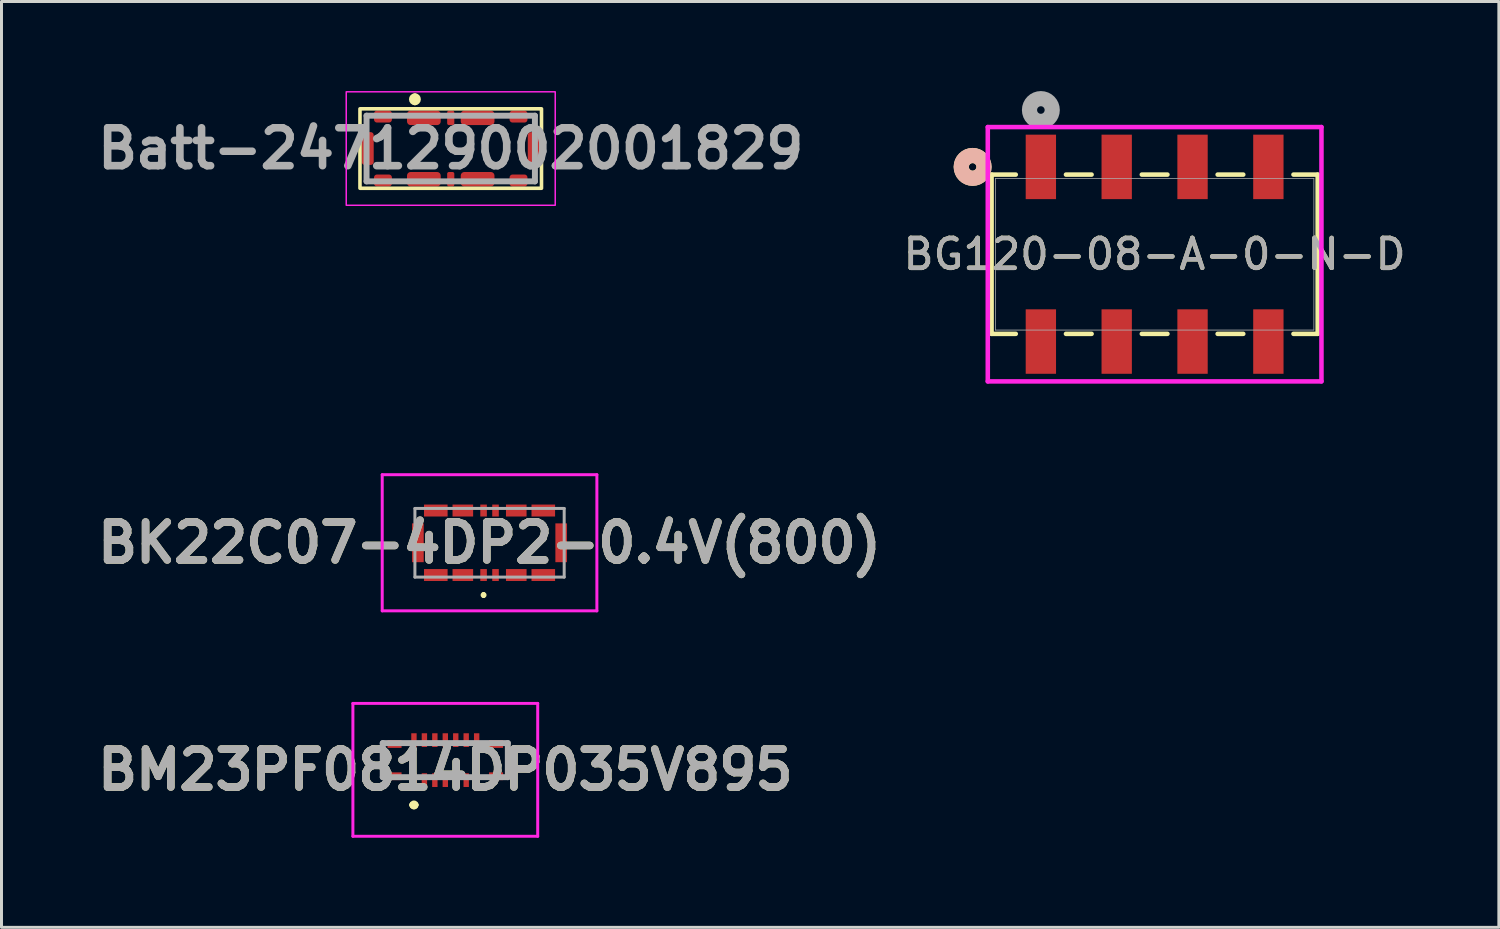
<source format=kicad_pcb>
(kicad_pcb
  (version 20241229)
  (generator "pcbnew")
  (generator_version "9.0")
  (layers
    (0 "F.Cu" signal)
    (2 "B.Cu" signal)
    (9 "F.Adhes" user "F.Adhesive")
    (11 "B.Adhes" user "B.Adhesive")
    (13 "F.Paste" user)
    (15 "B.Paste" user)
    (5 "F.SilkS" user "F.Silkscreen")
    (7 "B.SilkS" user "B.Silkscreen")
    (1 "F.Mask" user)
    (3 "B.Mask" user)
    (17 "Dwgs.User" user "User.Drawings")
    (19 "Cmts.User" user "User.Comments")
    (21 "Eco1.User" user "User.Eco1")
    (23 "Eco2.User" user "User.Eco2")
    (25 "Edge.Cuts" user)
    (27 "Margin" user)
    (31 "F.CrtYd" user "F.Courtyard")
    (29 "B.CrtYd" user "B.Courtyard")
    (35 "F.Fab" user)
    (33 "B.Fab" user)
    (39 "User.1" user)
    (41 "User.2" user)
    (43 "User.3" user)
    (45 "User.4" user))
  (footprint "BK22C07-4DP2-0.4V(800)"
    (layer "F.Cu")
    (at 13.347 15.13)
    (property "Reference" "BK22C07-4DP2-0.4V(800)" (at 0 0 0) (layer "F.SilkS") (effects (font (size 1.27 1.27) (thickness 0.254))))
    (attr smd)
    (fp_line (start -0.2 1.7) (end -0.2 1.7) (stroke (width 0.1) (type solid)) (layer "F.SilkS"))
    (fp_line (start -0.2 1.8) (end -0.2 1.8) (stroke (width 0.1) (type solid)) (layer "F.SilkS"))
    (fp_arc (start -0.2 1.7) (mid -0.15 1.75) (end -0.2 1.8) (stroke (width 0.1) (type solid)) (layer "F.SilkS"))
    (fp_arc (start -0.2 1.8) (mid -0.25 1.75) (end -0.2 1.7) (stroke (width 0.1) (type solid)) (layer "F.SilkS"))
    (fp_line (start -3.595 -2.28) (end 3.595 -2.28) (stroke (width 0.1) (type solid)) (layer "F.CrtYd"))
    (fp_line (start -3.595 2.28) (end -3.595 -2.28) (stroke (width 0.1) (type solid)) (layer "F.CrtYd"))
    (fp_line (start 3.595 -2.28) (end 3.595 2.28) (stroke (width 0.1) (type solid)) (layer "F.CrtYd"))
    (fp_line (start 3.595 2.28) (end -3.595 2.28) (stroke (width 0.1) (type solid)) (layer "F.CrtYd"))
    (fp_line (start -2.5 -1.15) (end 2.5 -1.15) (stroke (width 0.1) (type solid)) (layer "F.Fab"))
    (fp_line (start -2.5 1.15) (end -2.5 -1.15) (stroke (width 0.1) (type solid)) (layer "F.Fab"))
    (fp_line (start 2.5 -1.15) (end 2.5 1.15) (stroke (width 0.1) (type solid)) (layer "F.Fab"))
    (fp_line (start 2.5 1.15) (end -2.5 1.15) (stroke (width 0.1) (type solid)) (layer "F.Fab"))
    (fp_text user "${REFERENCE}" (at 0 0 0) (layer "F.Fab") (effects (font (size 1.27 1.27) (thickness 0.254))))
    (pad "1" smd rect (at -0.2 1.08) (size 0.22 0.4) (layers "F.Cu" "F.Mask" "F.Paste"))
    (pad "2" smd rect (at -0.2 -1.08) (size 0.22 0.4) (layers "F.Cu" "F.Mask" "F.Paste"))
    (pad "3" smd rect (at 0.2 1.08) (size 0.22 0.4) (layers "F.Cu" "F.Mask" "F.Paste"))
    (pad "4" smd rect (at 0.2 -1.08) (size 0.22 0.4) (layers "F.Cu" "F.Mask" "F.Paste"))
    (pad "MP1" smd rect (at -2.4 0) (size 0.39 1.3) (layers "F.Cu" "F.Mask" "F.Paste"))
    (pad "MP2" smd rect (at 2.4 0) (size 0.39 1.3) (layers "F.Cu" "F.Mask" "F.Paste"))
    (pad "P1" smd rect (at -1.8 1.08 90) (size 0.4 0.79) (layers "F.Cu" "F.Mask" "F.Paste"))
    (pad "P2" smd rect (at -1.8 -1.08 90) (size 0.4 0.79) (layers "F.Cu" "F.Mask" "F.Paste"))
    (pad "P3" smd rect (at -0.895 1.08 90) (size 0.4 0.69) (layers "F.Cu" "F.Mask" "F.Paste"))
    (pad "P4" smd rect (at -0.895 -1.08 90) (size 0.4 0.69) (layers "F.Cu" "F.Mask" "F.Paste"))
    (pad "P5" smd rect (at 0.895 1.08 90) (size 0.4 0.69) (layers "F.Cu" "F.Mask" "F.Paste"))
    (pad "P6" smd rect (at 0.895 -1.08 90) (size 0.4 0.69) (layers "F.Cu" "F.Mask" "F.Paste"))
    (pad "P7" smd rect (at 1.8 1.08 90) (size 0.4 0.79) (layers "F.Cu" "F.Mask" "F.Paste"))
    (pad "P8" smd rect (at 1.8 -1.08 90) (size 0.4 0.79) (layers "F.Cu" "F.Mask" "F.Paste")))
  (footprint "BG120-08-A-0-N-D"
    (layer "F.Cu")
    (at 35.623 5.465)
    (property "Reference" "BG120-08-A-0-N-D" (at 0 0 0) (unlocked yes) (layer "F.SilkS") (effects (font (size 1 1) (thickness 0.15))))
    (attr smd)
    (fp_line (start -5.461 -2.667) (end -5.461 2.667) (stroke (width 0.152) (type solid)) (layer "F.SilkS"))
    (fp_line (start -5.461 2.667) (end -4.651 2.667) (stroke (width 0.152) (type solid)) (layer "F.SilkS"))
    (fp_line (start -4.651 -2.667) (end -5.461 -2.667) (stroke (width 0.152) (type solid)) (layer "F.SilkS"))
    (fp_line (start -2.969 2.667) (end -2.111 2.667) (stroke (width 0.152) (type solid)) (layer "F.SilkS"))
    (fp_line (start -2.111 -2.667) (end -2.969 -2.667) (stroke (width 0.152) (type solid)) (layer "F.SilkS"))
    (fp_line (start -0.429 2.667) (end 0.429 2.667) (stroke (width 0.152) (type solid)) (layer "F.SilkS"))
    (fp_line (start 0.429 -2.667) (end -0.429 -2.667) (stroke (width 0.152) (type solid)) (layer "F.SilkS"))
    (fp_line (start 2.111 2.667) (end 2.969 2.667) (stroke (width 0.152) (type solid)) (layer "F.SilkS"))
    (fp_line (start 2.969 -2.667) (end 2.111 -2.667) (stroke (width 0.152) (type solid)) (layer "F.SilkS"))
    (fp_line (start 4.651 2.667) (end 5.461 2.667) (stroke (width 0.152) (type solid)) (layer "F.SilkS"))
    (fp_line (start 5.461 -2.667) (end 4.651 -2.667) (stroke (width 0.152) (type solid)) (layer "F.SilkS"))
    (fp_line (start 5.461 2.667) (end 5.461 -2.667) (stroke (width 0.152) (type solid)) (layer "F.SilkS"))
    (fp_circle (center -6.096 -2.925) (end -5.715 -2.925) (stroke (width 0.508) (type solid)) (fill no) (layer "F.SilkS"))
    (fp_circle (center -6.096 -2.925) (end -5.715 -2.925) (stroke (width 0.508) (type solid)) (fill no) (layer "B.SilkS"))
    (fp_line (start -5.588 -4.259) (end -5.588 4.259) (stroke (width 0.152) (type solid)) (layer "F.CrtYd"))
    (fp_line (start -5.588 4.259) (end 5.588 4.259) (stroke (width 0.152) (type solid)) (layer "F.CrtYd"))
    (fp_line (start 5.588 -4.259) (end -5.588 -4.259) (stroke (width 0.152) (type solid)) (layer "F.CrtYd"))
    (fp_line (start 5.588 4.259) (end 5.588 -4.259) (stroke (width 0.152) (type solid)) (layer "F.CrtYd"))
    (fp_line (start -5.334 -2.54) (end -5.334 2.54) (stroke (width 0.025) (type solid)) (layer "F.Fab"))
    (fp_line (start -5.334 2.54) (end 5.334 2.54) (stroke (width 0.025) (type solid)) (layer "F.Fab"))
    (fp_line (start 5.334 -2.54) (end -5.334 -2.54) (stroke (width 0.025) (type solid)) (layer "F.Fab"))
    (fp_line (start 5.334 2.54) (end 5.334 -2.54) (stroke (width 0.025) (type solid)) (layer "F.Fab"))
    (fp_circle (center -3.81 -4.83) (end -3.429 -4.83) (stroke (width 0.508) (type solid)) (fill no) (layer "F.Fab"))
    (fp_text user "${REFERENCE}" (at 0 0 0) (unlocked yes) (layer "F.Fab") (effects (font (size 1 1) (thickness 0.15))))
    (pad "1" smd rect (at -3.81 -2.925) (size 1.016 2.159) (layers "F.Cu" "F.Mask" "F.Paste"))
    (pad "2" smd rect (at -3.81 2.925) (size 1.016 2.159) (layers "F.Cu" "F.Mask" "F.Paste"))
    (pad "3" smd rect (at -1.27 -2.925) (size 1.016 2.159) (layers "F.Cu" "F.Mask" "F.Paste"))
    (pad "4" smd rect (at -1.27 2.925) (size 1.016 2.159) (layers "F.Cu" "F.Mask" "F.Paste"))
    (pad "5" smd rect (at 1.27 -2.925) (size 1.016 2.159) (layers "F.Cu" "F.Mask" "F.Paste"))
    (pad "6" smd rect (at 1.27 2.925) (size 1.016 2.159) (layers "F.Cu" "F.Mask" "F.Paste"))
    (pad "7" smd rect (at 3.81 -2.925) (size 1.016 2.159) (layers "F.Cu" "F.Mask" "F.Paste"))
    (pad "8" smd rect (at 3.81 2.925) (size 1.016 2.159) (layers "F.Cu" "F.Mask" "F.Paste")))
  (footprint "BM23PF0814DP035V895"
    (layer "F.Cu")
    (at 11.865 22.41)
    (property "Reference" "BM23PF0814DP035V895" (at 0 0.325 0) (layer "F.SilkS") (effects (font (size 1.27 1.27) (thickness 0.254))))
    (attr smd)
    (fp_line (start -1.1 1.5) (end -1.1 1.5) (stroke (width 0.2) (type solid)) (layer "F.SilkS"))
    (fp_line (start -1.1 1.5) (end -1.1 1.5) (stroke (width 0.2) (type solid)) (layer "F.SilkS"))
    (fp_line (start -1 1.5) (end -1 1.5) (stroke (width 0.2) (type solid)) (layer "F.SilkS"))
    (fp_arc (start -1.1 1.5) (mid -1.05 1.45) (end -1 1.5) (stroke (width 0.2) (type solid)) (layer "F.SilkS"))
    (fp_arc (start -1 1.5) (mid -1.05 1.55) (end -1.1 1.5) (stroke (width 0.2) (type solid)) (layer "F.SilkS"))
    (fp_arc (start -1 1.5) (mid -1.05 1.55) (end -1.1 1.5) (stroke (width 0.2) (type solid)) (layer "F.SilkS"))
    (fp_line (start -3.095 -1.9) (end 3.095 -1.9) (stroke (width 0.1) (type solid)) (layer "F.CrtYd"))
    (fp_line (start -3.095 2.55) (end -3.095 -1.9) (stroke (width 0.1) (type solid)) (layer "F.CrtYd"))
    (fp_line (start 3.095 -1.9) (end 3.095 2.55) (stroke (width 0.1) (type solid)) (layer "F.CrtYd"))
    (fp_line (start 3.095 2.55) (end -3.095 2.55) (stroke (width 0.1) (type solid)) (layer "F.CrtYd"))
    (fp_line (start -2.095 -0.57) (end -2.095 0.57) (stroke (width 0.2) (type solid)) (layer "F.Fab"))
    (fp_line (start -2.095 0.57) (end 2.095 0.57) (stroke (width 0.2) (type solid)) (layer "F.Fab"))
    (fp_line (start 2.095 -0.57) (end -2.095 -0.57) (stroke (width 0.2) (type solid)) (layer "F.Fab"))
    (fp_line (start 2.095 0.57) (end 2.095 -0.57) (stroke (width 0.2) (type solid)) (layer "F.Fab"))
    (fp_text user "${REFERENCE}" (at 0 0.325 0) (layer "F.Fab") (effects (font (size 1.27 1.27) (thickness 0.254))))
    (pad "1" smd rect (at -1.05 0.67) (size 0.18 0.46) (layers "F.Cu" "F.Mask" "F.Paste"))
    (pad "2" smd rect (at -1.05 -0.67) (size 0.18 0.46) (layers "F.Cu" "F.Mask" "F.Paste"))
    (pad "3" smd rect (at -0.7 0.67) (size 0.18 0.46) (layers "F.Cu" "F.Mask" "F.Paste"))
    (pad "4" smd rect (at -0.7 -0.67) (size 0.18 0.46) (layers "F.Cu" "F.Mask" "F.Paste"))
    (pad "5" smd rect (at -0.35 0.67) (size 0.18 0.46) (layers "F.Cu" "F.Mask" "F.Paste"))
    (pad "6" smd rect (at -0.35 -0.67) (size 0.18 0.46) (layers "F.Cu" "F.Mask" "F.Paste"))
    (pad "7" smd rect (at 0 0.67) (size 0.18 0.46) (layers "F.Cu" "F.Mask" "F.Paste"))
    (pad "8" smd rect (at 0 -0.67) (size 0.18 0.46) (layers "F.Cu" "F.Mask" "F.Paste"))
    (pad "9" smd rect (at 0.35 0.67) (size 0.18 0.46) (layers "F.Cu" "F.Mask" "F.Paste"))
    (pad "10" smd rect (at 0.35 -0.67) (size 0.18 0.46) (layers "F.Cu" "F.Mask" "F.Paste"))
    (pad "11" smd rect (at 0.7 0.67) (size 0.18 0.46) (layers "F.Cu" "F.Mask" "F.Paste"))
    (pad "12" smd rect (at 0.7 -0.67) (size 0.18 0.46) (layers "F.Cu" "F.Mask" "F.Paste"))
    (pad "13" smd rect (at 1.05 0.67) (size 0.18 0.46) (layers "F.Cu" "F.Mask" "F.Paste"))
    (pad "14" smd rect (at 1.05 -0.67) (size 0.18 0.46) (layers "F.Cu" "F.Mask" "F.Paste"))
    (pad "MP1" smd rect (at -1.7 0.54 90) (size 0.26 0.47) (layers "F.Cu" "F.Mask" "F.Paste"))
    (pad "MP2" smd rect (at -1.7 -0.54 90) (size 0.26 0.47) (layers "F.Cu" "F.Mask" "F.Paste"))
    (pad "MP3" smd rect (at 1.7 0.54 90) (size 0.26 0.47) (layers "F.Cu" "F.Mask" "F.Paste"))
    (pad "MP4" smd rect (at 1.7 -0.54 90) (size 0.26 0.47) (layers "F.Cu" "F.Mask" "F.Paste")))
  (footprint "Batt-247129002001829"
    (layer "F.Cu")
    (at 12.047 1.925)
    (property "Reference" "Batt-247129002001829" (at 0 0 0) (layer "User.2") (effects (font (size 1.27 1.27) (thickness 0.254))))
    (attr smd)
    (fp_rect (start -3.04 -1.33) (end 3.04 1.33) (stroke (width 0.12) (type default)) (fill no) (layer "F.SilkS"))
    (fp_arc (start -1.2 -1.75) (mid -1.1 -1.65) (end -1.2 -1.55) (stroke (width 0.2) (type solid)) (layer "F.SilkS"))
    (fp_arc (start -1.2 -1.55) (mid -1.3 -1.65) (end -1.2 -1.75) (stroke (width 0.2) (type solid)) (layer "F.SilkS"))
    (fp_rect (start -3.5 -1.9) (end 3.5 1.9) (stroke (width 0.05) (type default)) (fill no) (layer "F.CrtYd"))
    (fp_line (start -2.82 -1.1) (end 2.82 -1.1) (stroke (width 0.2) (type solid)) (layer "F.Fab"))
    (fp_line (start -2.82 1.1) (end -2.82 -1.1) (stroke (width 0.2) (type solid)) (layer "F.Fab"))
    (fp_line (start 2.82 -1.1) (end 2.82 1.1) (stroke (width 0.2) (type solid)) (layer "F.Fab"))
    (fp_line (start 2.82 1.1) (end -2.82 1.1) (stroke (width 0.2) (type solid)) (layer "F.Fab"))
    (fp_text user "${REFERENCE}" (at 0 0 0) (layer "F.Fab") (effects (font (size 1.27 1.27) (thickness 0.254))))
    (pad "1" smd roundrect (at -0.9 -1.028 90) (size 0.485 1.13) (layers "F.Cu" "F.Mask" "F.Paste") (roundrect_rratio 0.25))
    (pad "1" smd roundrect (at -0.9 1.028 90) (size 0.485 1.13) (layers "F.Cu" "F.Mask" "F.Paste") (roundrect_rratio 0.25))
    (pad "2" smd roundrect (at 0 -1.028) (size 0.24 0.485) (layers "F.Cu" "F.Mask" "F.Paste") (roundrect_rratio 0.25))
    (pad "2" smd roundrect (at 0 1.028) (size 0.24 0.485) (layers "F.Cu" "F.Mask" "F.Paste") (roundrect_rratio 0.25))
    (pad "3" smd roundrect (at 0.9 -1.028 90) (size 0.485 1.13) (layers "F.Cu" "F.Mask" "F.Paste") (roundrect_rratio 0.25))
    (pad "3" smd roundrect (at 0.9 1.028 90) (size 0.485 1.13) (layers "F.Cu" "F.Mask" "F.Paste") (roundrect_rratio 0.25))
    (pad "SH" smd roundrect (at -2.78 0) (size 0.4 1.1) (layers "F.Cu" "F.Mask" "F.Paste") (roundrect_rratio 0.25))
    (pad "SH" smd roundrect (at -2.27 -1.07 90) (size 0.4 0.6) (layers "F.Cu" "F.Mask" "F.Paste") (roundrect_rratio 0.25))
    (pad "SH" smd roundrect (at -2.27 1.07 90) (size 0.4 0.6) (layers "F.Cu" "F.Mask" "F.Paste") (roundrect_rratio 0.25))
    (pad "SH" smd roundrect (at 2.27 -1.07 90) (size 0.4 0.6) (layers "F.Cu" "F.Mask" "F.Paste") (roundrect_rratio 0.25))
    (pad "SH" smd roundrect (at 2.27 1.07 90) (size 0.4 0.6) (layers "F.Cu" "F.Mask" "F.Paste") (roundrect_rratio 0.25))
    (pad "SH" smd roundrect (at 2.78 0) (size 0.4 1.1) (layers "F.Cu" "F.Mask" "F.Paste") (roundrect_rratio 0.25)))
  (gr_rect
    (start -3 -3)
    (end 47.153 28.01)
    (stroke (width 0.1) (type default))
    (fill no)
    (layer "Edge.Cuts")))
</source>
